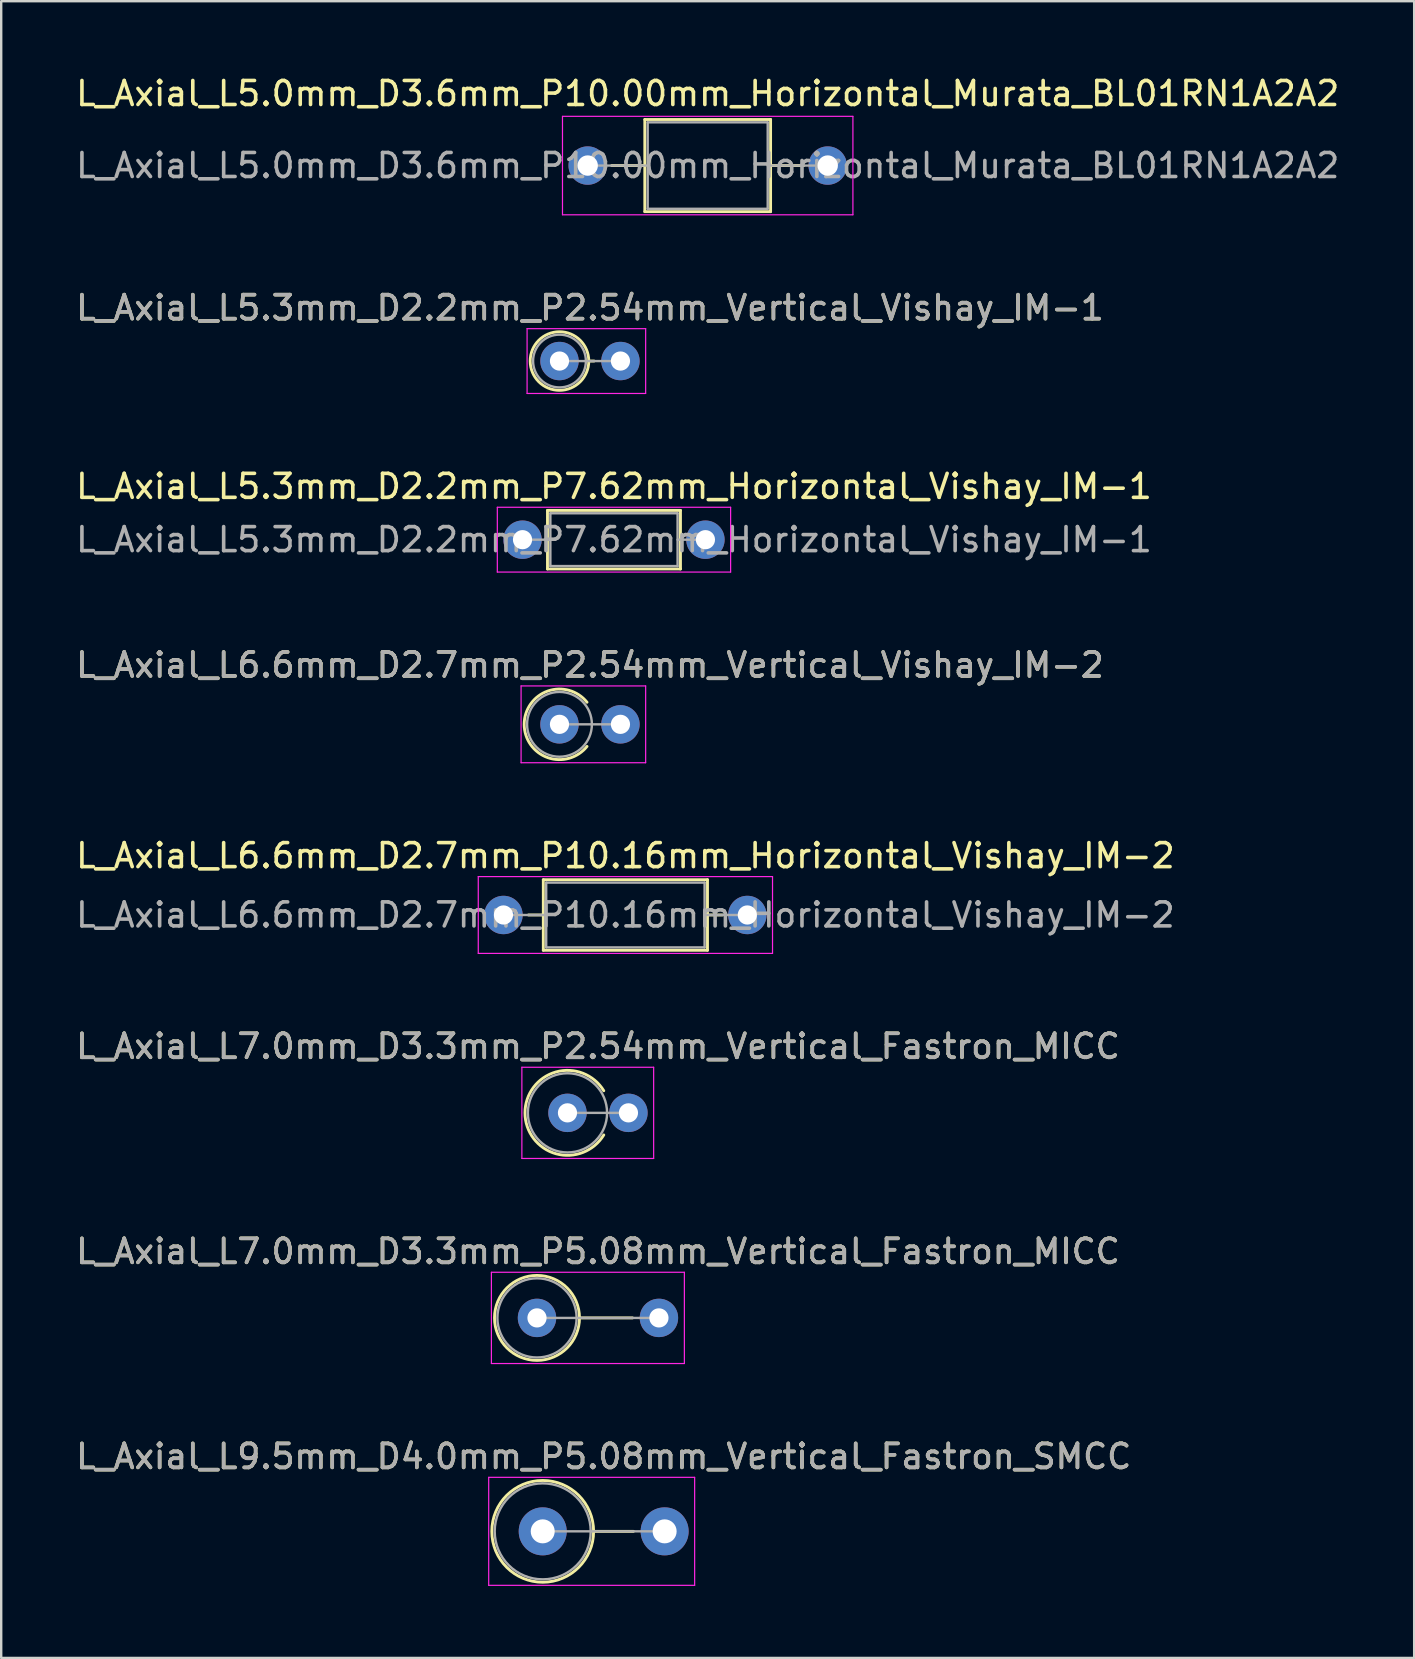
<source format=kicad_pcb>
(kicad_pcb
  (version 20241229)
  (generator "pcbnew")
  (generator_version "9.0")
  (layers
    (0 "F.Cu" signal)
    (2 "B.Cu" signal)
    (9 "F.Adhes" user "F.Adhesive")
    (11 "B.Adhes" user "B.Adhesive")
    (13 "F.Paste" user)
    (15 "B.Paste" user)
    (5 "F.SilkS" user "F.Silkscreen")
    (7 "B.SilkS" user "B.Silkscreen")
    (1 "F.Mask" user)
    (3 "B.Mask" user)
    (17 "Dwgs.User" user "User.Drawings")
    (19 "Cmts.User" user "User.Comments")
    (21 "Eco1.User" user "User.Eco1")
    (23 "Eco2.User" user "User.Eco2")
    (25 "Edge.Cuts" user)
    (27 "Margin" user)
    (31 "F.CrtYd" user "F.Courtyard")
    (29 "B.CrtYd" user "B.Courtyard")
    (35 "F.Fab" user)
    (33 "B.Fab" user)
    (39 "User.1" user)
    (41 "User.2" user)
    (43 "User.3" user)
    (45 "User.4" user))
  (footprint "L_Axial_L9.5mm_D4.0mm_P5.08mm_Vertical_Fastron_SMCC"
    (layer "F.Cu")
    (at 19.561 60.751)
    (property "Reference" "L_Axial_L9.5mm_D4.0mm_P5.08mm_Vertical_Fastron_SMCC" (at 2.54 -3.12 0) (layer "F.SilkS") (effects (font (size 1 1) (thickness 0.15))))
    (attr through_hole)
    (fp_line (start 2.12 0) (end 3.78 0) (stroke (width 0.12) (type solid)) (layer "F.SilkS"))
    (fp_circle (center 0 0) (end 2.12 0) (stroke (width 0.12) (type solid)) (fill no) (layer "F.SilkS"))
    (fp_line (start -2.25 -2.25) (end -2.25 2.25) (stroke (width 0.05) (type solid)) (layer "F.CrtYd"))
    (fp_line (start -2.25 2.25) (end 6.33 2.25) (stroke (width 0.05) (type solid)) (layer "F.CrtYd"))
    (fp_line (start 6.33 -2.25) (end -2.25 -2.25) (stroke (width 0.05) (type solid)) (layer "F.CrtYd"))
    (fp_line (start 6.33 2.25) (end 6.33 -2.25) (stroke (width 0.05) (type solid)) (layer "F.CrtYd"))
    (fp_line (start 0 0) (end 5.08 0) (stroke (width 0.1) (type solid)) (layer "F.Fab"))
    (fp_circle (center 0 0) (end 2 0) (stroke (width 0.1) (type solid)) (fill no) (layer "F.Fab"))
    (fp_text user "${REFERENCE}" (at 2.54 -3.12 0) (layer "F.Fab") (effects (font (size 1 1) (thickness 0.15))))
    (pad "1" thru_hole circle (at 0 0) (size 2 2) (drill 1) (layers "*.Cu" "*.Mask"))
    (pad "2" thru_hole oval (at 5.08 0) (size 2 2) (drill 1) (layers "*.Cu" "*.Mask")))
  (footprint "L_Axial_L5.3mm_D2.2mm_P7.62mm_Horizontal_Vishay_IM-1"
    (layer "F.Cu")
    (at 18.72 19.435)
    (property "Reference" "L_Axial_L5.3mm_D2.2mm_P7.62mm_Horizontal_Vishay_IM-1" (at 3.81 -2.22 0) (layer "F.SilkS") (effects (font (size 1 1) (thickness 0.15))))
    (attr through_hole)
    (fp_line (start 1.04 -1.22) (end 1.04 1.22) (stroke (width 0.12) (type solid)) (layer "F.SilkS"))
    (fp_line (start 1.04 1.22) (end 6.58 1.22) (stroke (width 0.12) (type solid)) (layer "F.SilkS"))
    (fp_line (start 6.58 -1.22) (end 1.04 -1.22) (stroke (width 0.12) (type solid)) (layer "F.SilkS"))
    (fp_line (start 6.58 1.22) (end 6.58 -1.22) (stroke (width 0.12) (type solid)) (layer "F.SilkS"))
    (fp_line (start -1.05 -1.35) (end -1.05 1.35) (stroke (width 0.05) (type solid)) (layer "F.CrtYd"))
    (fp_line (start -1.05 1.35) (end 8.67 1.35) (stroke (width 0.05) (type solid)) (layer "F.CrtYd"))
    (fp_line (start 8.67 -1.35) (end -1.05 -1.35) (stroke (width 0.05) (type solid)) (layer "F.CrtYd"))
    (fp_line (start 8.67 1.35) (end 8.67 -1.35) (stroke (width 0.05) (type solid)) (layer "F.CrtYd"))
    (fp_line (start 0 0) (end 1.16 0) (stroke (width 0.1) (type solid)) (layer "F.Fab"))
    (fp_line (start 1.16 -1.1) (end 1.16 1.1) (stroke (width 0.1) (type solid)) (layer "F.Fab"))
    (fp_line (start 1.16 1.1) (end 6.46 1.1) (stroke (width 0.1) (type solid)) (layer "F.Fab"))
    (fp_line (start 6.46 -1.1) (end 1.16 -1.1) (stroke (width 0.1) (type solid)) (layer "F.Fab"))
    (fp_line (start 6.46 1.1) (end 6.46 -1.1) (stroke (width 0.1) (type solid)) (layer "F.Fab"))
    (fp_line (start 7.62 0) (end 6.46 0) (stroke (width 0.1) (type solid)) (layer "F.Fab"))
    (fp_text user "${REFERENCE}" (at 3.81 0 0) (layer "F.Fab") (effects (font (size 1 1) (thickness 0.15))))
    (pad "1" thru_hole circle (at 0 0) (size 1.6 1.6) (drill 0.8) (layers "*.Cu" "*.Mask"))
    (pad "2" thru_hole oval (at 7.62 0) (size 1.6 1.6) (drill 0.8) (layers "*.Cu" "*.Mask")))
  (footprint "L_Axial_L7.0mm_D3.3mm_P5.08mm_Vertical_Fastron_MICC"
    (layer "F.Cu")
    (at 19.323 51.858)
    (property "Reference" "L_Axial_L7.0mm_D3.3mm_P5.08mm_Vertical_Fastron_MICC" (at 2.54 -2.77 0) (layer "F.SilkS") (effects (font (size 1 1) (thickness 0.15))))
    (attr through_hole)
    (fp_line (start 1.77 0) (end 3.98 0) (stroke (width 0.12) (type solid)) (layer "F.SilkS"))
    (fp_circle (center 0 0) (end 1.77 0) (stroke (width 0.12) (type solid)) (fill no) (layer "F.SilkS"))
    (fp_line (start -1.9 -1.9) (end -1.9 1.9) (stroke (width 0.05) (type solid)) (layer "F.CrtYd"))
    (fp_line (start -1.9 1.9) (end 6.14 1.9) (stroke (width 0.05) (type solid)) (layer "F.CrtYd"))
    (fp_line (start 6.14 -1.9) (end -1.9 -1.9) (stroke (width 0.05) (type solid)) (layer "F.CrtYd"))
    (fp_line (start 6.14 1.9) (end 6.14 -1.9) (stroke (width 0.05) (type solid)) (layer "F.CrtYd"))
    (fp_line (start 0 0) (end 5.08 0) (stroke (width 0.1) (type solid)) (layer "F.Fab"))
    (fp_circle (center 0 0) (end 1.65 0) (stroke (width 0.1) (type solid)) (fill no) (layer "F.Fab"))
    (fp_text user "${REFERENCE}" (at 2.54 -2.77 0) (layer "F.Fab") (effects (font (size 1 1) (thickness 0.15))))
    (pad "1" thru_hole circle (at 0 0) (size 1.6 1.6) (drill 0.8) (layers "*.Cu" "*.Mask"))
    (pad "2" thru_hole oval (at 5.08 0) (size 1.6 1.6) (drill 0.8) (layers "*.Cu" "*.Mask")))
  (footprint "L_Axial_L7.0mm_D3.3mm_P2.54mm_Vertical_Fastron_MICC"
    (layer "F.Cu")
    (at 20.593 43.315)
    (property "Reference" "L_Axial_L7.0mm_D3.3mm_P2.54mm_Vertical_Fastron_MICC" (at 1.27 -2.77 0) (layer "F.SilkS") (effects (font (size 1 1) (thickness 0.15))))
    (attr through_hole)
    (fp_arc (start 1.512118 0.92) (mid -1.77 0) (end 1.512118 -0.92) (stroke (width 0.12) (type solid)) (layer "F.SilkS"))
    (fp_line (start -1.9 -1.9) (end -1.9 1.9) (stroke (width 0.05) (type solid)) (layer "F.CrtYd"))
    (fp_line (start -1.9 1.9) (end 3.59 1.9) (stroke (width 0.05) (type solid)) (layer "F.CrtYd"))
    (fp_line (start 3.59 -1.9) (end -1.9 -1.9) (stroke (width 0.05) (type solid)) (layer "F.CrtYd"))
    (fp_line (start 3.59 1.9) (end 3.59 -1.9) (stroke (width 0.05) (type solid)) (layer "F.CrtYd"))
    (fp_line (start 0 0) (end 2.54 0) (stroke (width 0.1) (type solid)) (layer "F.Fab"))
    (fp_circle (center 0 0) (end 1.65 0) (stroke (width 0.1) (type solid)) (fill no) (layer "F.Fab"))
    (fp_text user "${REFERENCE}" (at 1.27 -2.77 0) (layer "F.Fab") (effects (font (size 1 1) (thickness 0.15))))
    (pad "1" thru_hole circle (at 0 0) (size 1.6 1.6) (drill 0.8) (layers "*.Cu" "*.Mask"))
    (pad "2" thru_hole oval (at 2.54 0) (size 1.6 1.6) (drill 0.8) (layers "*.Cu" "*.Mask")))
  (footprint "L_Axial_L6.6mm_D2.7mm_P2.54mm_Vertical_Vishay_IM-2"
    (layer "F.Cu")
    (at 20.26 27.128)
    (property "Reference" "L_Axial_L6.6mm_D2.7mm_P2.54mm_Vertical_Vishay_IM-2" (at 1.27 -2.47 0) (layer "F.SilkS") (effects (font (size 1 1) (thickness 0.15))))
    (attr through_hole)
    (fp_arc (start 1.146516 0.92) (mid -1.47 0) (end 1.146516 -0.92) (stroke (width 0.12) (type solid)) (layer "F.SilkS"))
    (fp_line (start -1.6 -1.6) (end -1.6 1.6) (stroke (width 0.05) (type solid)) (layer "F.CrtYd"))
    (fp_line (start -1.6 1.6) (end 3.59 1.6) (stroke (width 0.05) (type solid)) (layer "F.CrtYd"))
    (fp_line (start 3.59 -1.6) (end -1.6 -1.6) (stroke (width 0.05) (type solid)) (layer "F.CrtYd"))
    (fp_line (start 3.59 1.6) (end 3.59 -1.6) (stroke (width 0.05) (type solid)) (layer "F.CrtYd"))
    (fp_line (start 0 0) (end 2.54 0) (stroke (width 0.1) (type solid)) (layer "F.Fab"))
    (fp_circle (center 0 0) (end 1.35 0) (stroke (width 0.1) (type solid)) (fill no) (layer "F.Fab"))
    (fp_text user "${REFERENCE}" (at 1.27 -2.47 0) (layer "F.Fab") (effects (font (size 1 1) (thickness 0.15))))
    (pad "1" thru_hole circle (at 0 0) (size 1.6 1.6) (drill 0.8) (layers "*.Cu" "*.Mask"))
    (pad "2" thru_hole oval (at 2.54 0) (size 1.6 1.6) (drill 0.8) (layers "*.Cu" "*.Mask")))
  (footprint "L_Axial_L5.3mm_D2.2mm_P2.54mm_Vertical_Vishay_IM-1"
    (layer "F.Cu")
    (at 20.26 11.992)
    (property "Reference" "L_Axial_L5.3mm_D2.2mm_P2.54mm_Vertical_Vishay_IM-1" (at 1.27 -2.22 0) (layer "F.SilkS") (effects (font (size 1 1) (thickness 0.15))))
    (attr through_hole)
    (fp_line (start 1.22 0) (end 1.44 0) (stroke (width 0.12) (type solid)) (layer "F.SilkS"))
    (fp_circle (center 0 0) (end 1.22 0) (stroke (width 0.12) (type solid)) (fill no) (layer "F.SilkS"))
    (fp_line (start -1.35 -1.35) (end -1.35 1.35) (stroke (width 0.05) (type solid)) (layer "F.CrtYd"))
    (fp_line (start -1.35 1.35) (end 3.59 1.35) (stroke (width 0.05) (type solid)) (layer "F.CrtYd"))
    (fp_line (start 3.59 -1.35) (end -1.35 -1.35) (stroke (width 0.05) (type solid)) (layer "F.CrtYd"))
    (fp_line (start 3.59 1.35) (end 3.59 -1.35) (stroke (width 0.05) (type solid)) (layer "F.CrtYd"))
    (fp_line (start 0 0) (end 2.54 0) (stroke (width 0.1) (type solid)) (layer "F.Fab"))
    (fp_circle (center 0 0) (end 1.1 0) (stroke (width 0.1) (type solid)) (fill no) (layer "F.Fab"))
    (fp_text user "${REFERENCE}" (at 1.27 -2.22 0) (layer "F.Fab") (effects (font (size 1 1) (thickness 0.15))))
    (pad "1" thru_hole circle (at 0 0) (size 1.6 1.6) (drill 0.8) (layers "*.Cu" "*.Mask"))
    (pad "2" thru_hole oval (at 2.54 0) (size 1.6 1.6) (drill 0.8) (layers "*.Cu" "*.Mask")))
  (footprint "L_Axial_L6.6mm_D2.7mm_P10.16mm_Horizontal_Vishay_IM-2"
    (layer "F.Cu")
    (at 17.926 35.071)
    (property "Reference" "L_Axial_L6.6mm_D2.7mm_P10.16mm_Horizontal_Vishay_IM-2" (at 5.08 -2.47 0) (layer "F.SilkS") (effects (font (size 1 1) (thickness 0.15))))
    (attr through_hole)
    (fp_line (start 1.04 0) (end 1.66 0) (stroke (width 0.12) (type solid)) (layer "F.SilkS"))
    (fp_line (start 1.66 -1.47) (end 1.66 1.47) (stroke (width 0.12) (type solid)) (layer "F.SilkS"))
    (fp_line (start 1.66 1.47) (end 8.5 1.47) (stroke (width 0.12) (type solid)) (layer "F.SilkS"))
    (fp_line (start 8.5 -1.47) (end 1.66 -1.47) (stroke (width 0.12) (type solid)) (layer "F.SilkS"))
    (fp_line (start 8.5 1.47) (end 8.5 -1.47) (stroke (width 0.12) (type solid)) (layer "F.SilkS"))
    (fp_line (start 9.12 0) (end 8.5 0) (stroke (width 0.12) (type solid)) (layer "F.SilkS"))
    (fp_line (start -1.05 -1.6) (end -1.05 1.6) (stroke (width 0.05) (type solid)) (layer "F.CrtYd"))
    (fp_line (start -1.05 1.6) (end 11.21 1.6) (stroke (width 0.05) (type solid)) (layer "F.CrtYd"))
    (fp_line (start 11.21 -1.6) (end -1.05 -1.6) (stroke (width 0.05) (type solid)) (layer "F.CrtYd"))
    (fp_line (start 11.21 1.6) (end 11.21 -1.6) (stroke (width 0.05) (type solid)) (layer "F.CrtYd"))
    (fp_line (start 0 0) (end 1.78 0) (stroke (width 0.1) (type solid)) (layer "F.Fab"))
    (fp_line (start 1.78 -1.35) (end 1.78 1.35) (stroke (width 0.1) (type solid)) (layer "F.Fab"))
    (fp_line (start 1.78 1.35) (end 8.38 1.35) (stroke (width 0.1) (type solid)) (layer "F.Fab"))
    (fp_line (start 8.38 -1.35) (end 1.78 -1.35) (stroke (width 0.1) (type solid)) (layer "F.Fab"))
    (fp_line (start 8.38 1.35) (end 8.38 -1.35) (stroke (width 0.1) (type solid)) (layer "F.Fab"))
    (fp_line (start 10.16 0) (end 8.38 0) (stroke (width 0.1) (type solid)) (layer "F.Fab"))
    (fp_text user "${REFERENCE}" (at 5.08 0 0) (layer "F.Fab") (effects (font (size 1 1) (thickness 0.15))))
    (pad "1" thru_hole circle (at 0 0) (size 1.6 1.6) (drill 0.8) (layers "*.Cu" "*.Mask"))
    (pad "2" thru_hole oval (at 10.16 0) (size 1.6 1.6) (drill 0.8) (layers "*.Cu" "*.Mask")))
  (footprint "L_Axial_L5.0mm_D3.6mm_P10.00mm_Horizontal_Murata_BL01RN1A2A2"
    (layer "F.Cu")
    (at 21.435 3.848)
    (property "Reference" "L_Axial_L5.0mm_D3.6mm_P10.00mm_Horizontal_Murata_BL01RN1A2A2" (at 5 -3 0) (layer "F.SilkS") (effects (font (size 1 1) (thickness 0.15))))
    (attr through_hole)
    (fp_line (start 1 0) (end 2.38 0) (stroke (width 0.12) (type solid)) (layer "F.SilkS"))
    (fp_line (start 2.38 -1.92) (end 2.38 1.92) (stroke (width 0.12) (type solid)) (layer "F.SilkS"))
    (fp_line (start 2.38 1.92) (end 7.62 1.92) (stroke (width 0.12) (type solid)) (layer "F.SilkS"))
    (fp_line (start 7.62 -1.92) (end 2.38 -1.92) (stroke (width 0.12) (type solid)) (layer "F.SilkS"))
    (fp_line (start 7.62 1.92) (end 7.62 -1.92) (stroke (width 0.12) (type solid)) (layer "F.SilkS"))
    (fp_line (start 9 0) (end 7.62 0) (stroke (width 0.12) (type solid)) (layer "F.SilkS"))
    (fp_line (start -1.05 -2.05) (end -1.05 2.05) (stroke (width 0.05) (type solid)) (layer "F.CrtYd"))
    (fp_line (start -1.05 2.05) (end 11.05 2.05) (stroke (width 0.05) (type solid)) (layer "F.CrtYd"))
    (fp_line (start 11.05 -2.05) (end -1.05 -2.05) (stroke (width 0.05) (type solid)) (layer "F.CrtYd"))
    (fp_line (start 11.05 2.05) (end 11.05 -2.05) (stroke (width 0.05) (type solid)) (layer "F.CrtYd"))
    (fp_line (start 0 0) (end 2.5 0) (stroke (width 0.1) (type solid)) (layer "F.Fab"))
    (fp_line (start 2.5 -1.8) (end 2.5 1.8) (stroke (width 0.1) (type solid)) (layer "F.Fab"))
    (fp_line (start 2.5 1.8) (end 7.5 1.8) (stroke (width 0.1) (type solid)) (layer "F.Fab"))
    (fp_line (start 7.5 -1.8) (end 2.5 -1.8) (stroke (width 0.1) (type solid)) (layer "F.Fab"))
    (fp_line (start 7.5 1.8) (end 7.5 -1.8) (stroke (width 0.1) (type solid)) (layer "F.Fab"))
    (fp_line (start 10 0) (end 7.5 0) (stroke (width 0.1) (type solid)) (layer "F.Fab"))
    (fp_text user "${REFERENCE}" (at 5 0 0) (layer "F.Fab") (effects (font (size 1 1) (thickness 0.15))))
    (pad "1" thru_hole circle (at 0 0) (size 1.6 1.6) (drill 0.85) (layers "*.Cu" "*.Mask"))
    (pad "2" thru_hole oval (at 10 0) (size 1.6 1.6) (drill 0.85) (layers "*.Cu" "*.Mask")))
  (gr_rect
    (start -3 -3)
    (end 55.869 66.026)
    (stroke (width 0.1) (type default))
    (fill no)
    (layer "Edge.Cuts")))
</source>
